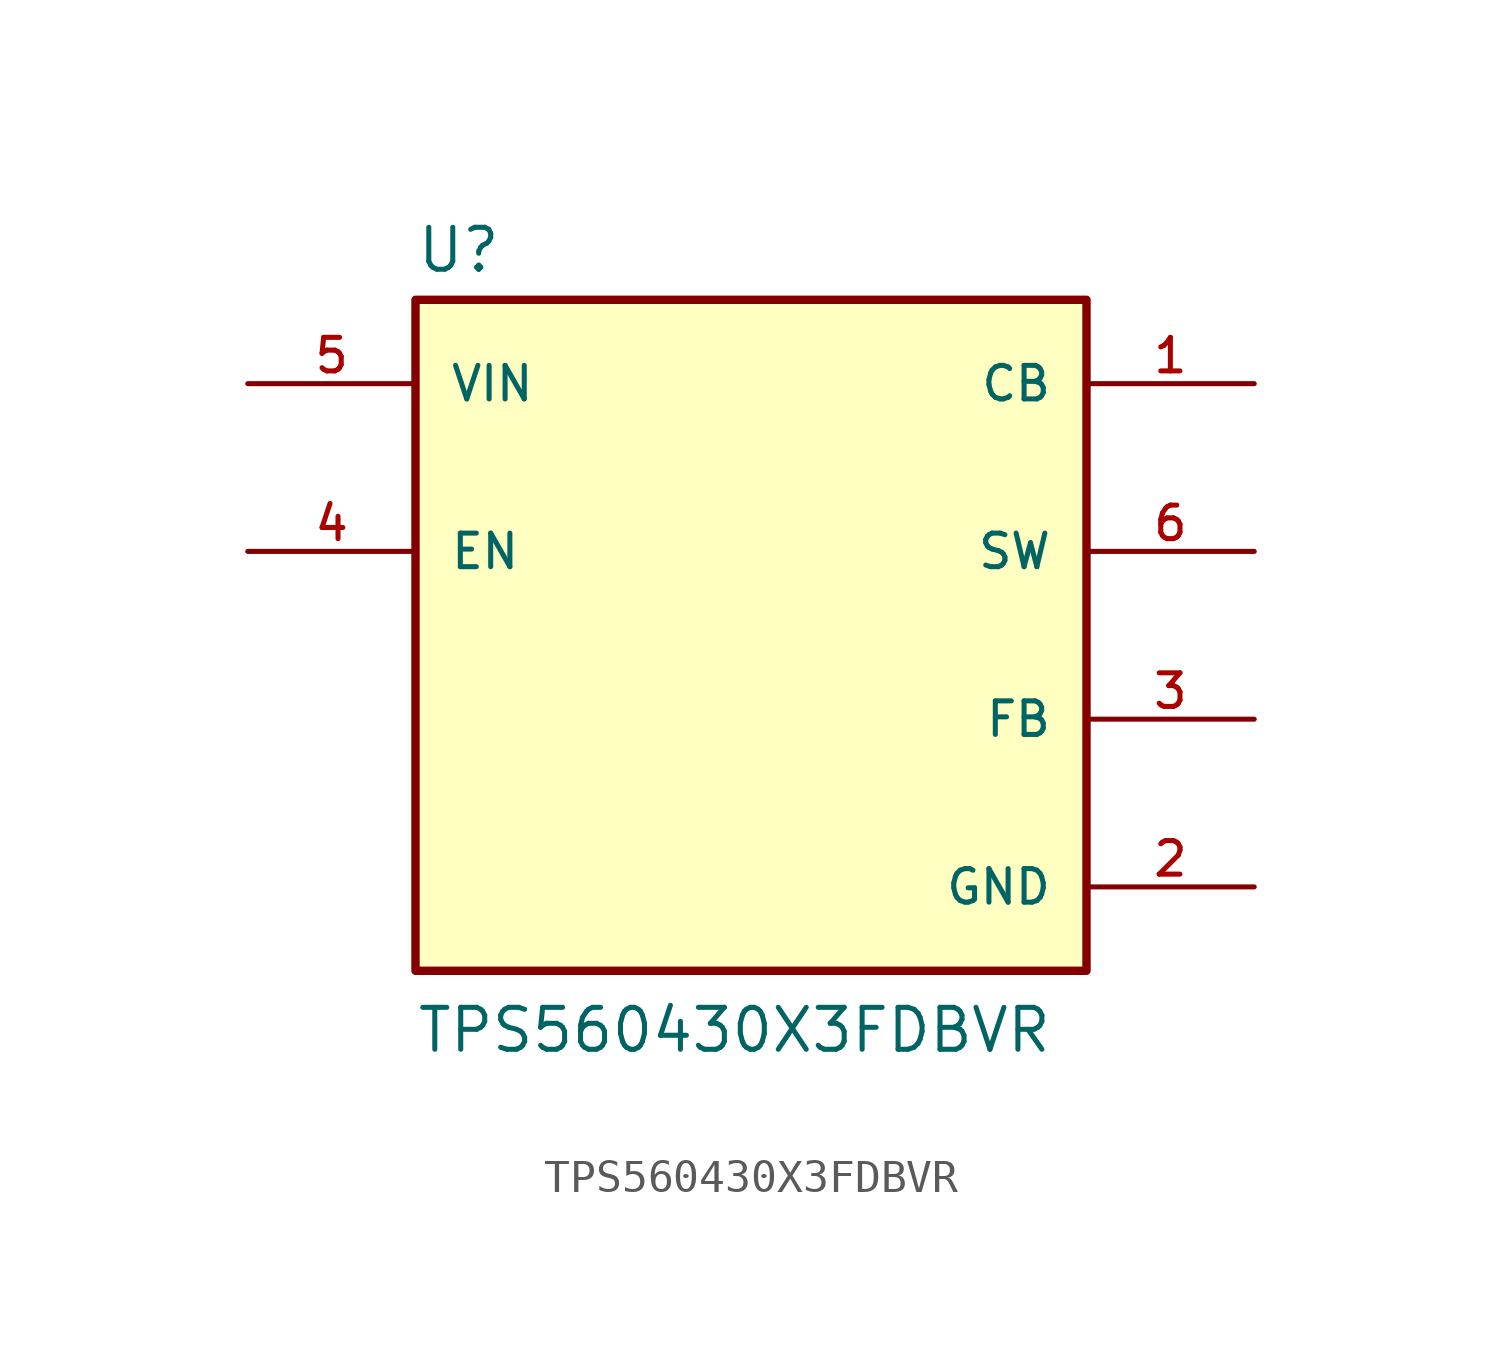
<source format=kicad_sym>
(kicad_symbol_lib
  (version 20241209)
  (generator "kicad_symbol_editor")
  (generator_version "9.0")
  (symbol "TPS560430X3FDBVR"
    (pin_names
      (offset 1.016))
    (property "Reference" "U"
      (at -10.16 10.922 0)
      (effects (font (size 1.27 1.27)) (justify left bottom)))
    (property "Value" "TPS560430X3FDBVR"
      (at -10.16 -12.7 0)
      (effects (font (size 1.27 1.27)) (justify left bottom)))
    (symbol "TPS560430X3FDBVR_0_0"
      (rectangle (start -10.16 10.16) (end 10.16 -10.16) (stroke (width 0.254) (type default)) (fill (type background)))
      (pin input line (at -15.24 7.62 0) (length 5.08) (name "VIN" (effects (font (size 1.016 1.016)))) (number "5" (effects (font (size 1.016 1.016)))))
      (pin input line (at -15.24 2.54 0) (length 5.08) (name "EN" (effects (font (size 1.016 1.016)))) (number "4" (effects (font (size 1.016 1.016)))))
      (pin passive line (at 15.24 7.62 180) (length 5.08) (name "CB" (effects (font (size 1.016 1.016)))) (number "1" (effects (font (size 1.016 1.016)))))
      (pin passive line (at 15.24 2.54 180) (length 5.08) (name "SW" (effects (font (size 1.016 1.016)))) (number "6" (effects (font (size 1.016 1.016)))))
      (pin input line (at 15.24 -2.54 180) (length 5.08) (name "FB" (effects (font (size 1.016 1.016)))) (number "3" (effects (font (size 1.016 1.016)))))
      (pin power_in line (at 15.24 -7.62 180) (length 5.08) (name "GND" (effects (font (size 1.016 1.016)))) (number "2" (effects (font (size 1.016 1.016))))))))
</source>
